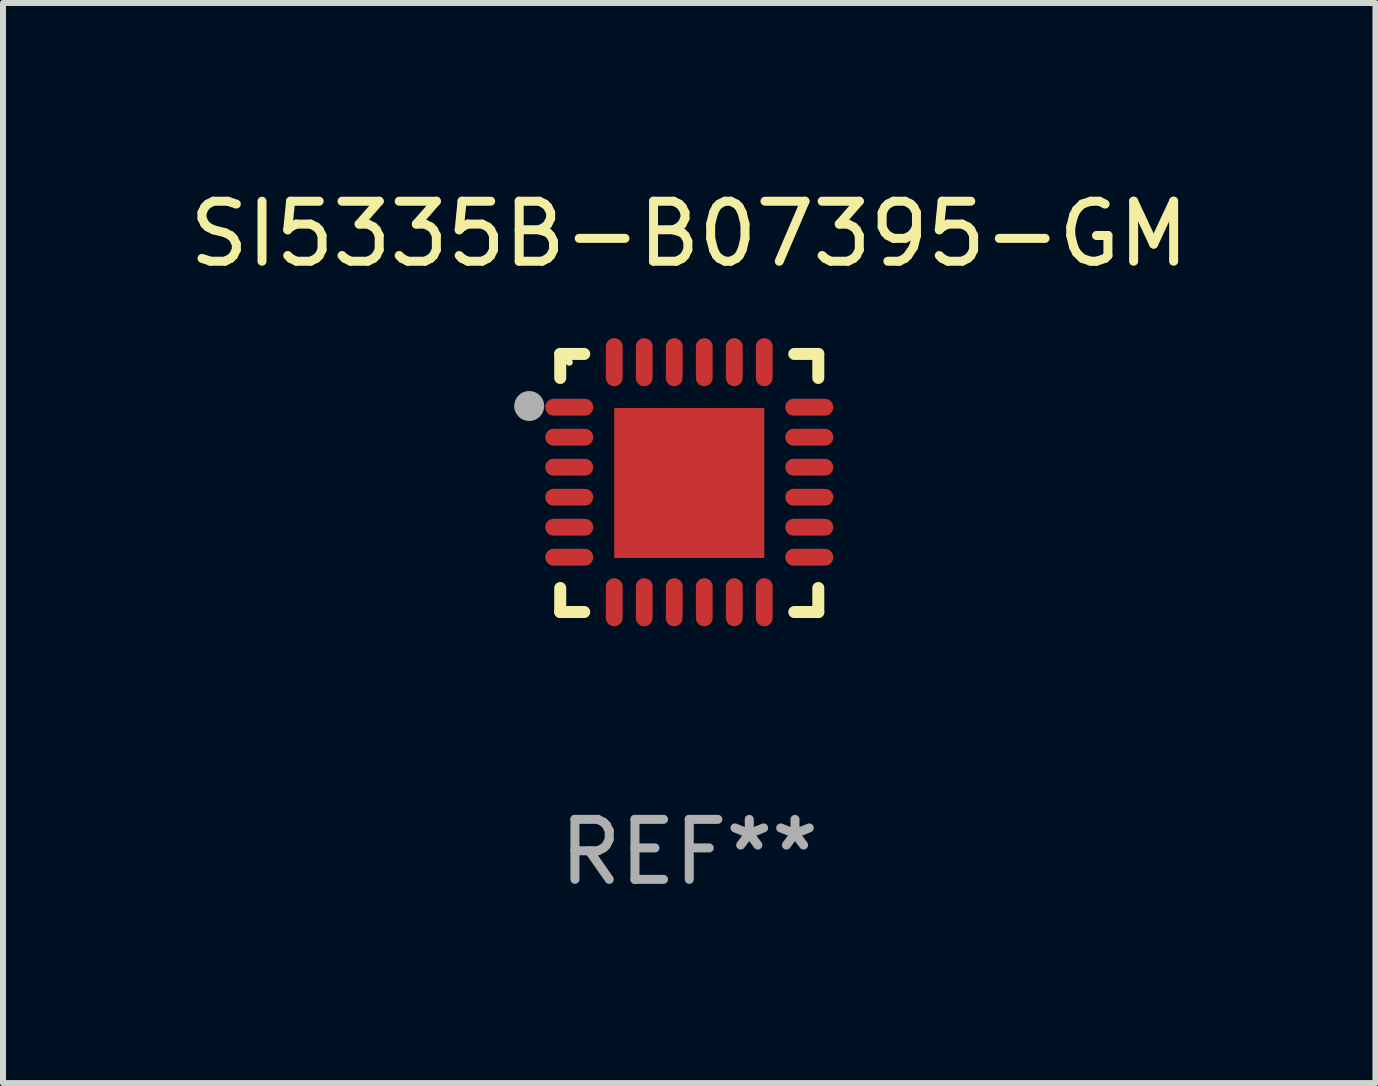
<source format=kicad_pcb>
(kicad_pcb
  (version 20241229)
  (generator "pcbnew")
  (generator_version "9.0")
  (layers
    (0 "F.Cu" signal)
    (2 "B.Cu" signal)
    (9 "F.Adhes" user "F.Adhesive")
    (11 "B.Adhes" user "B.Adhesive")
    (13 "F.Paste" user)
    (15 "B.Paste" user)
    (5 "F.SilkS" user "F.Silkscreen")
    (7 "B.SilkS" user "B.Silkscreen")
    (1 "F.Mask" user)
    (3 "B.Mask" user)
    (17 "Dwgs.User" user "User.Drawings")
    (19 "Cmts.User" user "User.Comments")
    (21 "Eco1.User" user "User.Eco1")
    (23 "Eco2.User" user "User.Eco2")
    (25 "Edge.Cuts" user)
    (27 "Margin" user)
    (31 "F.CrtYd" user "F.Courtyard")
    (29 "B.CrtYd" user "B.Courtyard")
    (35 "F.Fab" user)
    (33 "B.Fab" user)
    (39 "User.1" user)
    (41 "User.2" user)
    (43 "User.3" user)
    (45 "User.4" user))
  (footprint "SI5335B-B07395-GM"
    (layer "F.Cu")
    (at 8.435 4.998)
    (property "Reference" "SI5335B-B07395-GM" (at 0 -4.15 0) (layer "F.SilkS") (effects (font (size 1 1) (thickness 0.15))))
    (attr through_hole)
    (fp_line (start -2.15 -2.15) (end -1.75 -2.15) (stroke (width 0.2) (type solid)) (layer "F.SilkS"))
    (fp_line (start -2.15 -1.75) (end -2.15 -2.15) (stroke (width 0.2) (type solid)) (layer "F.SilkS"))
    (fp_line (start -2.15 2.15) (end -2.15 1.75) (stroke (width 0.2) (type solid)) (layer "F.SilkS"))
    (fp_line (start -1.75 2.15) (end -2.15 2.15) (stroke (width 0.2) (type solid)) (layer "F.SilkS"))
    (fp_line (start 1.75 -2.15) (end 2.15 -2.15) (stroke (width 0.2) (type solid)) (layer "F.SilkS"))
    (fp_line (start 1.75 2.15) (end 2.15 2.15) (stroke (width 0.2) (type solid)) (layer "F.SilkS"))
    (fp_line (start 2.15 -2.15) (end 2.15 -1.75) (stroke (width 0.2) (type solid)) (layer "F.SilkS"))
    (fp_line (start 2.15 2.15) (end 2.15 1.75) (stroke (width 0.2) (type solid)) (layer "F.SilkS"))
    (fp_circle (center -2 -2.013) (end -1.97 -2.013) (stroke (width 0.06) (type solid)) (fill no) (layer "F.SilkS"))
    (fp_circle (center -2.667 -1.283) (end -2.542 -1.283) (stroke (width 0.25) (type solid)) (fill no) (layer "F.Fab"))
    (fp_text user "REF**" (at 0 6.15 0) (layer "F.Fab") (effects (font (size 1 1) (thickness 0.15))))
    (pad "1" smd oval (at -2 -1.263) (size 0.8 0.28) (layers "F.Cu" "F.Mask" "F.Paste"))
    (pad "2" smd oval (at -2 -0.763) (size 0.8 0.28) (layers "F.Cu" "F.Mask" "F.Paste"))
    (pad "3" smd oval (at -2 -0.263) (size 0.8 0.28) (layers "F.Cu" "F.Mask" "F.Paste"))
    (pad "4" smd oval (at -2 0.237) (size 0.8 0.28) (layers "F.Cu" "F.Mask" "F.Paste"))
    (pad "5" smd oval (at -2 0.737) (size 0.8 0.28) (layers "F.Cu" "F.Mask" "F.Paste"))
    (pad "6" smd oval (at -2 1.237) (size 0.8 0.28) (layers "F.Cu" "F.Mask" "F.Paste"))
    (pad "7" smd oval (at -1.25 1.987) (size 0.28 0.8) (layers "F.Cu" "F.Mask" "F.Paste"))
    (pad "8" smd oval (at -0.75 1.987) (size 0.28 0.8) (layers "F.Cu" "F.Mask" "F.Paste"))
    (pad "9" smd oval (at -0.25 1.987) (size 0.28 0.8) (layers "F.Cu" "F.Mask" "F.Paste"))
    (pad "10" smd oval (at 0.25 1.987) (size 0.28 0.8) (layers "F.Cu" "F.Mask" "F.Paste"))
    (pad "11" smd oval (at 0.75 1.987) (size 0.28 0.8) (layers "F.Cu" "F.Mask" "F.Paste"))
    (pad "12" smd oval (at 1.25 1.987) (size 0.28 0.8) (layers "F.Cu" "F.Mask" "F.Paste"))
    (pad "13" smd oval (at 2 1.237) (size 0.8 0.28) (layers "F.Cu" "F.Mask" "F.Paste"))
    (pad "14" smd oval (at 2 0.737) (size 0.8 0.28) (layers "F.Cu" "F.Mask" "F.Paste"))
    (pad "15" smd oval (at 2 0.237) (size 0.8 0.28) (layers "F.Cu" "F.Mask" "F.Paste"))
    (pad "16" smd oval (at 2 -0.263) (size 0.8 0.28) (layers "F.Cu" "F.Mask" "F.Paste"))
    (pad "17" smd oval (at 2 -0.763) (size 0.8 0.28) (layers "F.Cu" "F.Mask" "F.Paste"))
    (pad "18" smd oval (at 2 -1.263) (size 0.8 0.28) (layers "F.Cu" "F.Mask" "F.Paste"))
    (pad "19" smd oval (at 1.25 -2.013) (size 0.28 0.8) (layers "F.Cu" "F.Mask" "F.Paste"))
    (pad "20" smd oval (at 0.75 -2.013) (size 0.28 0.8) (layers "F.Cu" "F.Mask" "F.Paste"))
    (pad "21" smd oval (at 0.25 -2.013) (size 0.28 0.8) (layers "F.Cu" "F.Mask" "F.Paste"))
    (pad "22" smd oval (at -0.25 -2.013) (size 0.28 0.8) (layers "F.Cu" "F.Mask" "F.Paste"))
    (pad "23" smd oval (at -0.75 -2.013) (size 0.28 0.8) (layers "F.Cu" "F.Mask" "F.Paste"))
    (pad "24" smd oval (at -1.25 -2.013) (size 0.28 0.8) (layers "F.Cu" "F.Mask" "F.Paste"))
    (pad "25" smd rect (at -0.000127 -0.00014) (size 2.5 2.5) (layers "F.Cu" "F.Mask" "F.Paste")))
  (gr_rect
    (start -3 -3)
    (end 19.869 14.997)
    (stroke (width 0.1) (type default))
    (fill no)
    (layer "Edge.Cuts")))
</source>
